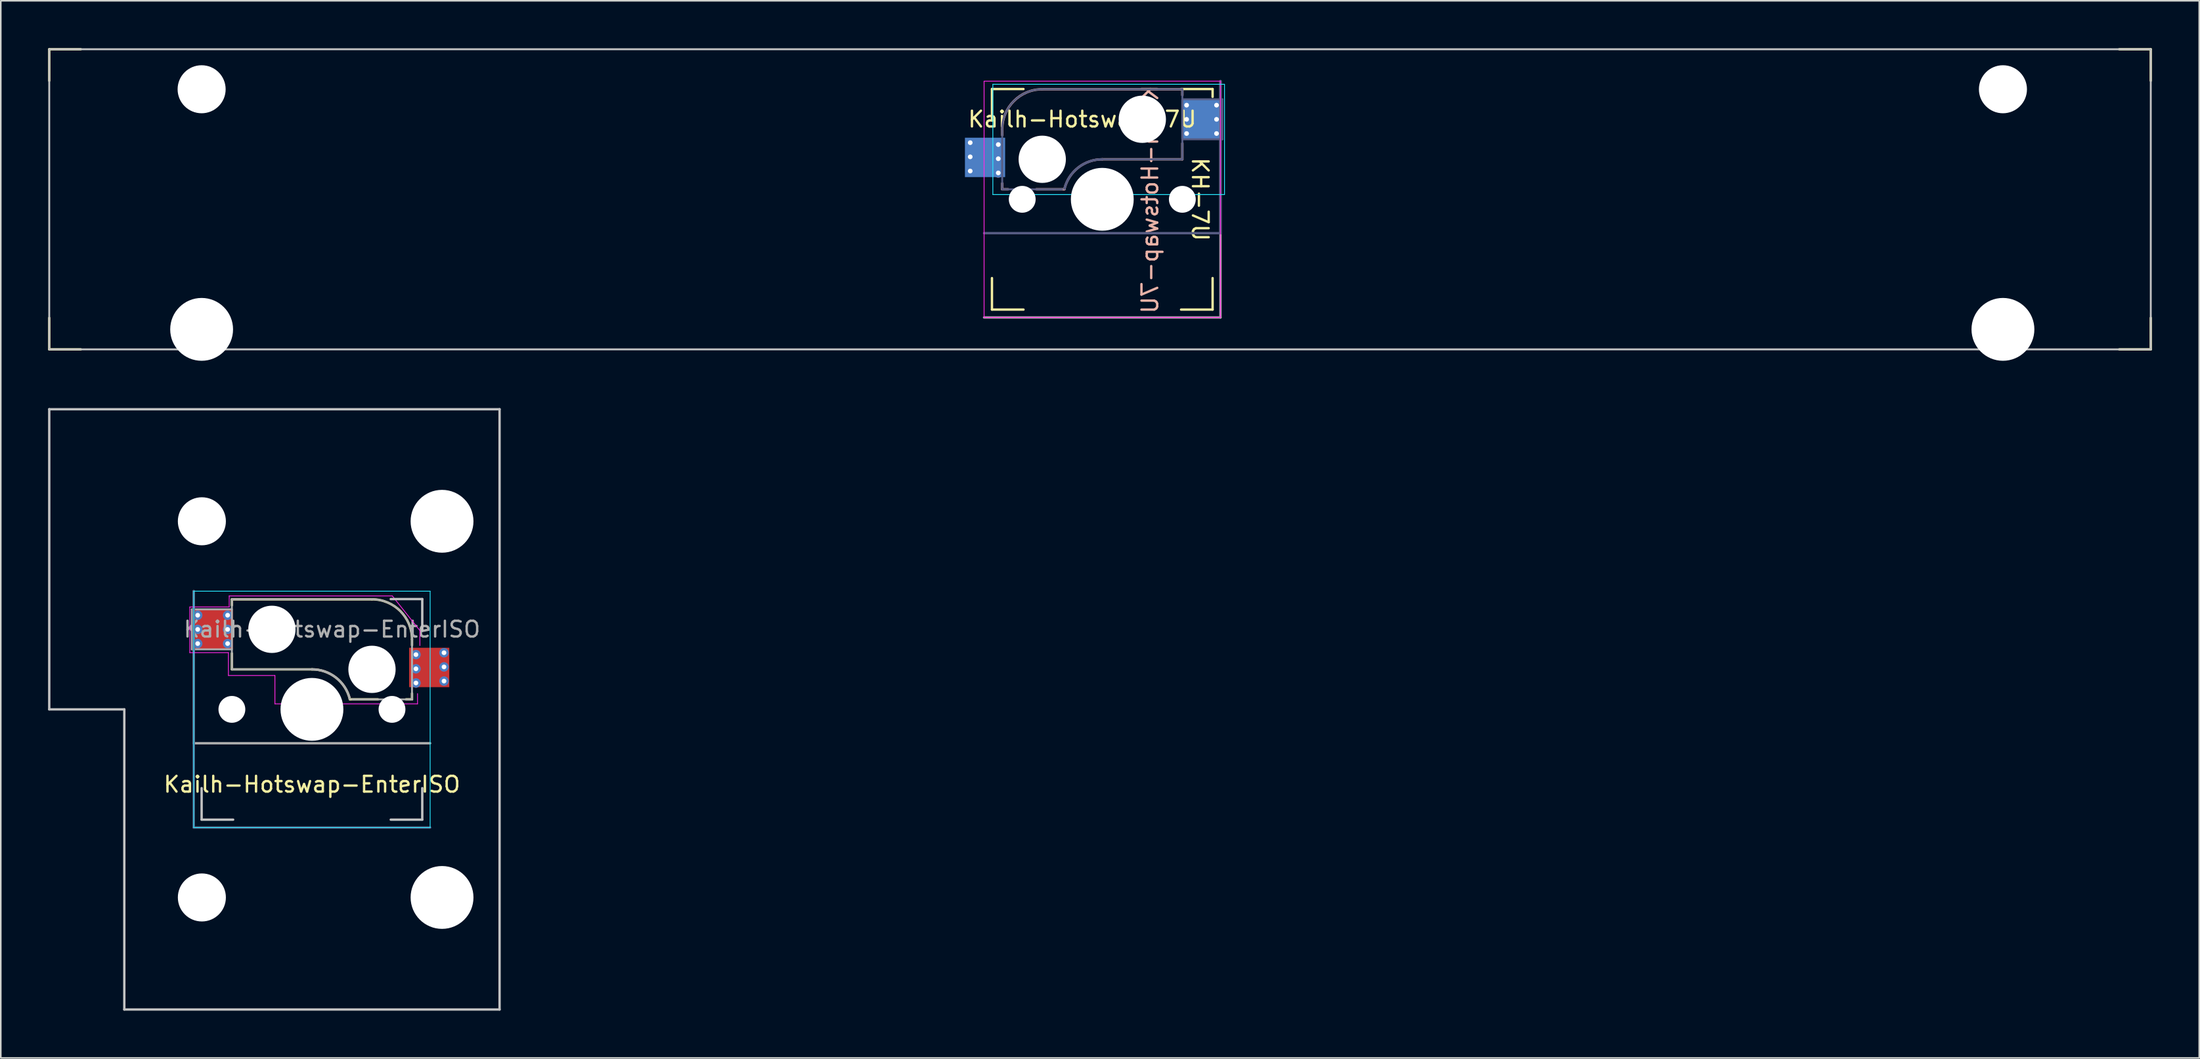
<source format=kicad_pcb>
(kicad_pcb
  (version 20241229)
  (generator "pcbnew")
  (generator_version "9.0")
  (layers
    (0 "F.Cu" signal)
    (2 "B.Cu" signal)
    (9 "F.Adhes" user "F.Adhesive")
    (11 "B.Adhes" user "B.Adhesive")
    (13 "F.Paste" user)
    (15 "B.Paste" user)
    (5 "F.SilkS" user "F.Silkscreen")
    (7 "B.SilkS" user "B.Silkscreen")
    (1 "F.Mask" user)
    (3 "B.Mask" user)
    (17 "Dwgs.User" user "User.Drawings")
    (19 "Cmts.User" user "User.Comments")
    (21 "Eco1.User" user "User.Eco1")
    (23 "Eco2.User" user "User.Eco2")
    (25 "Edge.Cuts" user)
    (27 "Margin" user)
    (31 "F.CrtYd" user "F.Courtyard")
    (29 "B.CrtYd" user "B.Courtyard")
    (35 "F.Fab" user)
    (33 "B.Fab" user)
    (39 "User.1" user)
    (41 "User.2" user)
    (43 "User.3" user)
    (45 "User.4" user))
  (footprint "Kailh-Hotswap-EnterISO"
    (layer "F.Cu")
    (at 16.744 41.974)
    (property "Reference" "Kailh-Hotswap-EnterISO" (at 0 4.763 0) (unlocked yes) (layer "F.SilkS") (effects (font (size 1 1) (thickness 0.15))))
    (attr smd)
    (fp_line (start -5.08 -6.985) (end 3.81 -6.985) (stroke (width 0.15) (type solid)) (layer "F.SilkS"))
    (fp_line (start -5.08 -6.604) (end -5.08 -6.985) (stroke (width 0.15) (type solid)) (layer "F.SilkS"))
    (fp_line (start -5.08 -2.54) (end -5.08 -3.556) (stroke (width 0.15) (type solid)) (layer "F.SilkS"))
    (fp_line (start 0 -2.54) (end -5.08 -2.54) (stroke (width 0.15) (type solid)) (layer "F.SilkS"))
    (fp_line (start 4.191 -0.635) (end 2.4 -0.635) (stroke (width 0.15) (type solid)) (layer "F.SilkS"))
    (fp_line (start 6.35 -4.445) (end 6.35 -4.064) (stroke (width 0.15) (type solid)) (layer "F.SilkS"))
    (fp_line (start 6.35 -1.016) (end 6.35 -0.635) (stroke (width 0.15) (type solid)) (layer "F.SilkS"))
    (fp_line (start 6.35 -0.635) (end 5.969 -0.635) (stroke (width 0.15) (type solid)) (layer "F.SilkS"))
    (fp_arc (start -0.001565 -2.54) (mid 1.521828 -2.016531) (end 2.399998 -0.666137) (stroke (width 0.15) (type solid)) (layer "F.SilkS"))
    (fp_arc (start 3.81 -6.985) (mid 5.606051 -6.241051) (end 6.35 -4.445) (stroke (width 0.15) (type solid)) (layer "F.SilkS"))
    (fp_line (start -16.669 -19.05) (end -16.669 0) (stroke (width 0.15) (type solid)) (layer "Dwgs.User"))
    (fp_line (start -16.669 -19.05) (end 11.906 -19.05) (stroke (width 0.15) (type solid)) (layer "Dwgs.User"))
    (fp_line (start -11.906 0) (end -16.669 0) (stroke (width 0.15) (type solid)) (layer "Dwgs.User"))
    (fp_line (start -11.906 19.05) (end -11.906 0) (stroke (width 0.15) (type solid)) (layer "Dwgs.User"))
    (fp_line (start -11.906 19.05) (end 11.906 19.05) (stroke (width 0.15) (type solid)) (layer "Dwgs.User"))
    (fp_line (start -7 7) (end -7 5) (stroke (width 0.15) (type solid)) (layer "Dwgs.User"))
    (fp_line (start -5 7) (end -7 7) (stroke (width 0.15) (type solid)) (layer "Dwgs.User"))
    (fp_line (start 5 7) (end 7 7) (stroke (width 0.15) (type solid)) (layer "Dwgs.User"))
    (fp_line (start 7 -7) (end 5 -7) (stroke (width 0.15) (type solid)) (layer "Dwgs.User"))
    (fp_line (start 7 -5) (end 7 -7) (stroke (width 0.15) (type solid)) (layer "Dwgs.User"))
    (fp_line (start 7 7) (end 7 5) (stroke (width 0.15) (type solid)) (layer "Dwgs.User"))
    (fp_line (start 11.906 -19.05) (end 11.906 19.05) (stroke (width 0.15) (type solid)) (layer "Dwgs.User"))
    (fp_line (start -7.5 -7.5) (end -7.5 7.5) (stroke (width 0.05) (type solid)) (layer "B.CrtYd"))
    (fp_line (start 7.5 -7.5) (end -7.5 -7.5) (stroke (width 0.05) (type solid)) (layer "B.CrtYd"))
    (fp_line (start 7.5 7.5) (end -7.5 7.5) (stroke (width 0.05) (type solid)) (layer "B.CrtYd"))
    (fp_line (start 7.5 7.5) (end 7.5 -7.5) (stroke (width 0.05) (type solid)) (layer "B.CrtYd"))
    (fp_line (start -7.75 -6.5) (end -7.75 -3.6) (stroke (width 0.05) (type solid)) (layer "F.CrtYd"))
    (fp_line (start -7.75 -6.5) (end -5.25 -6.5) (stroke (width 0.05) (type solid)) (layer "F.CrtYd"))
    (fp_line (start -7.75 -3.6) (end -5.3 -3.6) (stroke (width 0.05) (type solid)) (layer "F.CrtYd"))
    (fp_line (start -5.3 -2.15) (end -5.3 -3.6) (stroke (width 0.05) (type solid)) (layer "F.CrtYd"))
    (fp_line (start -5.25 -7.2) (end -5.25 -6.5) (stroke (width 0.05) (type solid)) (layer "F.CrtYd"))
    (fp_line (start -2.35 -2.15) (end -5.3 -2.15) (stroke (width 0.05) (type solid)) (layer "F.CrtYd"))
    (fp_line (start -2.35 -2.15) (end -2.35 -0.35) (stroke (width 0.05) (type solid)) (layer "F.CrtYd"))
    (fp_line (start 5.1 -7.2) (end -5.25 -7.2) (stroke (width 0.05) (type solid)) (layer "F.CrtYd"))
    (fp_line (start 5.1 -7.2) (end 6.85 -5) (stroke (width 0.05) (type solid)) (layer "F.CrtYd"))
    (fp_line (start 6.7 -0.35) (end -2.35 -0.35) (stroke (width 0.05) (type solid)) (layer "F.CrtYd"))
    (fp_line (start 6.7 -0.35) (end 6.7 -1) (stroke (width 0.05) (type solid)) (layer "F.CrtYd"))
    (fp_line (start 6.85 -4.05) (end 6.85 -5) (stroke (width 0.05) (type solid)) (layer "F.CrtYd"))
    (fp_line (start -7.5 7.5) (end -7.5 -7.5) (stroke (width 0.15) (type solid)) (layer "B.Fab"))
    (fp_line (start 7.5 7.5) (end -7.5 7.5) (stroke (width 0.15) (type solid)) (layer "B.Fab"))
    (fp_line (start -7.62 -6.35) (end -7.62 -3.81) (stroke (width 0.12) (type solid)) (layer "F.Fab"))
    (fp_line (start -7.62 -3.81) (end -5.08 -3.81) (stroke (width 0.12) (type solid)) (layer "F.Fab"))
    (fp_line (start -7.5 2.15) (end -7.5 -7.5) (stroke (width 0.15) (type solid)) (layer "F.Fab"))
    (fp_line (start -5.08 -6.985) (end -5.08 -2.54) (stroke (width 0.12) (type solid)) (layer "F.Fab"))
    (fp_line (start -5.08 -6.35) (end -7.62 -6.35) (stroke (width 0.12) (type solid)) (layer "F.Fab"))
    (fp_line (start -5.08 -2.54) (end 0 -2.54) (stroke (width 0.12) (type solid)) (layer "F.Fab"))
    (fp_line (start 2.54 -0.635) (end 6.35 -0.635) (stroke (width 0.12) (type solid)) (layer "F.Fab"))
    (fp_line (start 3.81 -6.985) (end -5.08 -6.985) (stroke (width 0.12) (type solid)) (layer "F.Fab"))
    (fp_line (start 6.35 -0.635) (end 6.35 -4.445) (stroke (width 0.12) (type solid)) (layer "F.Fab"))
    (fp_line (start 7.5 2.15) (end -7.5 2.15) (stroke (width 0.15) (type solid)) (layer "F.Fab"))
    (fp_arc (start 0 -2.54) (mid 1.523393 -2.016531) (end 2.401563 -0.666137) (stroke (width 0.15) (type solid)) (layer "F.Fab"))
    (fp_arc (start 3.81 -6.985) (mid 5.606051 -6.241051) (end 6.35 -4.445) (stroke (width 0.12) (type solid)) (layer "F.Fab"))
    (fp_text user "${REFERENCE}" (at 1.27 -5.08 180) (layer "F.Fab") (effects (font (size 1 1) (thickness 0.15))))
    (pad "" np_thru_hole circle (at -6.985 -11.938) (size 3.048 3.048) (drill 3.048) (layers "*.Cu" "*.Mask"))
    (pad "" np_thru_hole circle (at -6.985 11.938) (size 3.048 3.048) (drill 3.048) (layers "*.Cu" "*.Mask"))
    (pad "" np_thru_hole circle (at -5.08 0 180) (size 1.702 1.702) (drill 1.702) (layers "*.Cu" "*.Mask"))
    (pad "" np_thru_hole circle (at -2.54 -5.08 180) (size 3 3) (drill 3) (layers "*.Cu" "*.Mask"))
    (pad "" np_thru_hole circle (at 0 0 180) (size 3.988 3.988) (drill 3.988) (layers "*.Cu" "*.Mask"))
    (pad "" np_thru_hole circle (at 3.81 -2.54 180) (size 3 3) (drill 3) (layers "*.Cu" "*.Mask"))
    (pad "" np_thru_hole circle (at 5.08 0 180) (size 1.702 1.702) (drill 1.702) (layers "*.Cu" "*.Mask"))
    (pad "" np_thru_hole circle (at 8.255 -11.938) (size 3.988 3.988) (drill 3.988) (layers "*.Cu" "*.Mask"))
    (pad "" np_thru_hole circle (at 8.255 11.938) (size 3.988 3.988) (drill 3.988) (layers "*.Cu" "*.Mask"))
    (pad "1" thru_hole circle (at -7.25 -5.975 180) (size 0.6 0.6) (drill 0.3) (layers "*.Cu" "F.Mask"))
    (pad "1" thru_hole circle (at -7.25 -5.075 180) (size 0.6 0.6) (drill 0.3) (layers "*.Cu" "F.Mask"))
    (pad "1" thru_hole circle (at -7.25 -4.175 180) (size 0.6 0.6) (drill 0.3) (layers "*.Cu" "F.Mask"))
    (pad "1" smd rect (at -6.29 -5.08 180) (size 2.55 2.5) (layers "F.Cu" "F.Mask" "F.Paste"))
    (pad "1" thru_hole circle (at -5.35 -5.975 180) (size 0.6 0.6) (drill 0.3) (layers "*.Cu" "F.Mask"))
    (pad "1" thru_hole circle (at -5.35 -5.075 180) (size 0.6 0.6) (drill 0.3) (layers "*.Cu" "F.Mask"))
    (pad "1" thru_hole circle (at -5.35 -4.175 180) (size 0.6 0.6) (drill 0.3) (layers "*.Cu" "F.Mask"))
    (pad "2" thru_hole circle (at 6.6 -3.475 180) (size 0.6 0.6) (drill 0.3) (layers "*.Cu" "F.Mask"))
    (pad "2" thru_hole circle (at 6.6 -2.575 180) (size 0.6 0.6) (drill 0.3) (layers "*.Cu" "F.Mask"))
    (pad "2" thru_hole circle (at 6.6 -1.675 180) (size 0.6 0.6) (drill 0.3) (layers "*.Cu" "F.Mask"))
    (pad "2" smd rect (at 7.44 -2.66 180) (size 2.55 2.5) (layers "F.Cu" "F.Mask" "F.Paste"))
    (pad "2" thru_hole circle (at 8.38 -3.595 180) (size 0.6 0.6) (drill 0.3) (layers "*.Cu" "F.Mask"))
    (pad "2" thru_hole circle (at 8.38 -2.695 180) (size 0.6 0.6) (drill 0.3) (layers "*.Cu" "F.Mask"))
    (pad "2" thru_hole circle (at 8.38 -1.795 180) (size 0.6 0.6) (drill 0.3) (layers "*.Cu" "F.Mask")))
  (footprint "Kailh-Hotswap-7U"
    (layer "F.Cu")
    (at 66.75 9.6)
    (property "Reference" "Kailh-Hotswap-7U" (at 3.175 0 90) (unlocked yes) (layer "B.SilkS") (effects (font (size 1 1) (thickness 0.15)) (justify mirror)))
    (attr through_hole)
    (fp_line (start -66.675 -9.525) (end -64.675 -9.525) (stroke (width 0.15) (type solid)) (layer "F.SilkS"))
    (fp_line (start -66.675 -7.525) (end -66.675 -9.525) (stroke (width 0.15) (type solid)) (layer "F.SilkS"))
    (fp_line (start -66.675 9.525) (end -66.675 7.525) (stroke (width 0.15) (type solid)) (layer "F.SilkS"))
    (fp_line (start -64.675 9.525) (end -66.675 9.525) (stroke (width 0.15) (type solid)) (layer "F.SilkS"))
    (fp_line (start -6.856 -7) (end -4.856 -7) (stroke (width 0.15) (type solid)) (layer "F.SilkS"))
    (fp_line (start -6.856 -5) (end -6.856 -7) (stroke (width 0.15) (type solid)) (layer "F.SilkS"))
    (fp_line (start -6.856 7) (end -6.856 5) (stroke (width 0.15) (type solid)) (layer "F.SilkS"))
    (fp_line (start -4.856 7) (end -6.856 7) (stroke (width 0.15) (type solid)) (layer "F.SilkS"))
    (fp_line (start 5.144 -7) (end 7.144 -7) (stroke (width 0.15) (type solid)) (layer "F.SilkS"))
    (fp_line (start 5.144 7) (end 7.144 7) (stroke (width 0.15) (type solid)) (layer "F.SilkS"))
    (fp_line (start 7.144 -7) (end 7.144 -6.5) (stroke (width 0.15) (type solid)) (layer "F.SilkS"))
    (fp_line (start 7.144 7) (end 7.144 5) (stroke (width 0.15) (type solid)) (layer "F.SilkS"))
    (fp_line (start 64.675 -9.525) (end 66.675 -9.525) (stroke (width 0.15) (type solid)) (layer "F.SilkS"))
    (fp_line (start 66.675 -9.525) (end 66.675 -7.525) (stroke (width 0.15) (type solid)) (layer "F.SilkS"))
    (fp_line (start 66.675 7.525) (end 66.675 9.525) (stroke (width 0.15) (type solid)) (layer "F.SilkS"))
    (fp_line (start 66.675 9.525) (end 64.675 9.525) (stroke (width 0.15) (type solid)) (layer "F.SilkS"))
    (fp_line (start -6.206 -4.445) (end -6.206 -4.064) (stroke (width 0.15) (type solid)) (layer "B.SilkS"))
    (fp_line (start -6.206 -1.016) (end -6.206 -0.635) (stroke (width 0.15) (type solid)) (layer "B.SilkS"))
    (fp_line (start -6.206 -0.635) (end -5.825 -0.635) (stroke (width 0.15) (type solid)) (layer "B.SilkS"))
    (fp_line (start -4.047 -0.635) (end -2.256 -0.635) (stroke (width 0.15) (type solid)) (layer "B.SilkS"))
    (fp_line (start 0.144 -2.54) (end 5.224 -2.54) (stroke (width 0.15) (type solid)) (layer "B.SilkS"))
    (fp_line (start 5.224 -6.985) (end -3.666 -6.985) (stroke (width 0.15) (type solid)) (layer "B.SilkS"))
    (fp_line (start 5.224 -6.604) (end 5.224 -6.985) (stroke (width 0.15) (type solid)) (layer "B.SilkS"))
    (fp_line (start 5.224 -2.54) (end 5.224 -3.556) (stroke (width 0.15) (type solid)) (layer "B.SilkS"))
    (fp_arc (start -6.20625 -4.445) (mid -5.462302 -6.241052) (end -3.66625 -6.985) (stroke (width 0.15) (type solid)) (layer "B.SilkS"))
    (fp_arc (start -2.256248 -0.666137) (mid -1.378078 -2.016531) (end 0.145315 -2.54) (stroke (width 0.15) (type solid)) (layer "B.SilkS"))
    (fp_line (start -66.675 -9.525) (end 66.675 -9.525) (stroke (width 0.12) (type solid)) (layer "Dwgs.User"))
    (fp_line (start -66.675 9.525) (end -66.675 -9.525) (stroke (width 0.12) (type solid)) (layer "Dwgs.User"))
    (fp_line (start 66.675 -9.525) (end 66.675 9.525) (stroke (width 0.12) (type solid)) (layer "Dwgs.User"))
    (fp_line (start 66.675 9.525) (end -66.675 9.525) (stroke (width 0.12) (type solid)) (layer "Dwgs.User"))
    (fp_line (start -6.8 -7.3) (end 7.9 -7.3) (stroke (width 0.05) (type solid)) (layer "B.CrtYd"))
    (fp_line (start -6.8 -0.3) (end -6.8 -7.3) (stroke (width 0.05) (type solid)) (layer "B.CrtYd"))
    (fp_line (start 7.9 -7.3) (end 7.9 -0.3) (stroke (width 0.05) (type solid)) (layer "B.CrtYd"))
    (fp_line (start 7.9 -0.3) (end -6.8 -0.3) (stroke (width 0.05) (type solid)) (layer "B.CrtYd"))
    (fp_line (start -7.356 -7.5) (end 7.644 -7.5) (stroke (width 0.05) (type solid)) (layer "F.CrtYd"))
    (fp_line (start -7.356 7.5) (end -7.356 -7.5) (stroke (width 0.05) (type solid)) (layer "F.CrtYd"))
    (fp_line (start -7.356 7.5) (end 7.644 7.5) (stroke (width 0.05) (type solid)) (layer "F.CrtYd"))
    (fp_line (start 7.644 -7.5) (end 7.644 7.5) (stroke (width 0.05) (type solid)) (layer "F.CrtYd"))
    (fp_line (start -7.356 2.15) (end 7.644 2.15) (stroke (width 0.15) (type solid)) (layer "B.Fab"))
    (fp_line (start -6.206 -0.635) (end -6.206 -4.445) (stroke (width 0.12) (type solid)) (layer "B.Fab"))
    (fp_line (start -3.666 -6.985) (end 5.224 -6.985) (stroke (width 0.12) (type solid)) (layer "B.Fab"))
    (fp_line (start -2.396 -0.635) (end -6.206 -0.635) (stroke (width 0.12) (type solid)) (layer "B.Fab"))
    (fp_line (start 5.224 -6.985) (end 5.224 -2.54) (stroke (width 0.12) (type solid)) (layer "B.Fab"))
    (fp_line (start 5.224 -6.35) (end 7.764 -6.35) (stroke (width 0.12) (type solid)) (layer "B.Fab"))
    (fp_line (start 5.224 -2.54) (end 0.144 -2.54) (stroke (width 0.12) (type solid)) (layer "B.Fab"))
    (fp_line (start 7.644 2.15) (end 7.644 -7.5) (stroke (width 0.15) (type solid)) (layer "B.Fab"))
    (fp_line (start 7.764 -6.35) (end 7.764 -3.81) (stroke (width 0.12) (type solid)) (layer "B.Fab"))
    (fp_line (start 7.764 -3.81) (end 5.224 -3.81) (stroke (width 0.12) (type solid)) (layer "B.Fab"))
    (fp_arc (start -6.20625 -4.445) (mid -5.462302 -6.241052) (end -3.66625 -6.985) (stroke (width 0.12) (type solid)) (layer "B.Fab"))
    (fp_arc (start -2.257813 -0.666137) (mid -1.379643 -2.016531) (end 0.14375 -2.54) (stroke (width 0.15) (type solid)) (layer "B.Fab"))
    (fp_line (start -7.356 7.5) (end 7.644 7.5) (stroke (width 0.15) (type solid)) (layer "F.Fab"))
    (fp_line (start 7.644 7.5) (end 7.644 -7.5) (stroke (width 0.15) (type solid)) (layer "F.Fab"))
    (fp_text user "${REFERENCE}" (at -1.126 -5.08 180) (layer "F.SilkS") (effects (font (size 1 1) (thickness 0.15))))
    (fp_text user "KH-7U" (at 6.35 0 270) (unlocked yes) (layer "F.SilkS") (effects (font (size 1 1) (thickness 0.15))))
    (pad "" np_thru_hole circle (at -57.006 -6.985) (size 3.048 3.048) (drill 3.048) (layers "*.Cu" "*.Mask"))
    (pad "" np_thru_hole circle (at -57.006 8.255) (size 3.988 3.988) (drill 3.988) (layers "*.Cu" "*.Mask"))
    (pad "" np_thru_hole circle (at -4.936 0 180) (size 1.702 1.702) (drill 1.702) (layers "*.Cu" "*.Mask"))
    (pad "" np_thru_hole circle (at -3.666 -2.54 180) (size 3 3) (drill 3) (layers "*.Cu" "*.Mask"))
    (pad "" np_thru_hole circle (at 0.144 0) (size 3.988 3.988) (drill 3.988) (layers "*.Cu" "*.Mask"))
    (pad "" np_thru_hole circle (at 2.684 -5.08 180) (size 3 3) (drill 3) (layers "*.Cu" "*.Mask"))
    (pad "" np_thru_hole circle (at 5.224 0 180) (size 1.702 1.702) (drill 1.702) (layers "*.Cu" "*.Mask"))
    (pad "" np_thru_hole circle (at 57.294 -6.985) (size 3.048 3.048) (drill 3.048) (layers "*.Cu" "*.Mask"))
    (pad "" np_thru_hole circle (at 57.294 8.255) (size 3.988 3.988) (drill 3.988) (layers "*.Cu" "*.Mask"))
    (pad "1" thru_hole circle (at 5.494 -5.975 180) (size 0.6 0.6) (drill 0.3) (layers "*.Cu" "B.Mask"))
    (pad "1" thru_hole circle (at 5.494 -5.075 180) (size 0.6 0.6) (drill 0.3) (layers "*.Cu" "B.Mask"))
    (pad "1" thru_hole circle (at 5.494 -4.175 180) (size 0.6 0.6) (drill 0.3) (layers "*.Cu" "B.Mask"))
    (pad "1" smd rect (at 6.434 -5.08 180) (size 2.55 2.5) (layers "B.Cu" "B.Mask" "B.Paste"))
    (pad "1" thru_hole circle (at 7.394 -5.975 180) (size 0.6 0.6) (drill 0.3) (layers "*.Cu" "B.Mask"))
    (pad "1" thru_hole circle (at 7.394 -5.075 180) (size 0.6 0.6) (drill 0.3) (layers "*.Cu" "B.Mask"))
    (pad "1" thru_hole circle (at 7.394 -4.175 180) (size 0.6 0.6) (drill 0.3) (layers "*.Cu" "B.Mask"))
    (pad "2" thru_hole circle (at -8.236 -3.595 180) (size 0.6 0.6) (drill 0.3) (layers "*.Cu" "B.Mask"))
    (pad "2" thru_hole circle (at -8.236 -2.695 180) (size 0.6 0.6) (drill 0.3) (layers "*.Cu" "B.Mask"))
    (pad "2" thru_hole circle (at -8.236 -1.795 180) (size 0.6 0.6) (drill 0.3) (layers "*.Cu" "B.Mask"))
    (pad "2" smd rect (at -7.296 -2.66 180) (size 2.55 2.5) (layers "B.Cu" "B.Mask" "B.Paste"))
    (pad "2" thru_hole circle (at -6.456 -3.475 180) (size 0.6 0.6) (drill 0.3) (layers "*.Cu" "B.Mask"))
    (pad "2" thru_hole circle (at -6.456 -2.575 180) (size 0.6 0.6) (drill 0.3) (layers "*.Cu" "B.Mask"))
    (pad "2" thru_hole circle (at -6.456 -1.675 180) (size 0.6 0.6) (drill 0.3) (layers "*.Cu" "B.Mask")))
  (gr_rect
    (start -3 -3)
    (end 136.5 64.099)
    (stroke (width 0.1) (type default))
    (fill no)
    (layer "Edge.Cuts")))
</source>
